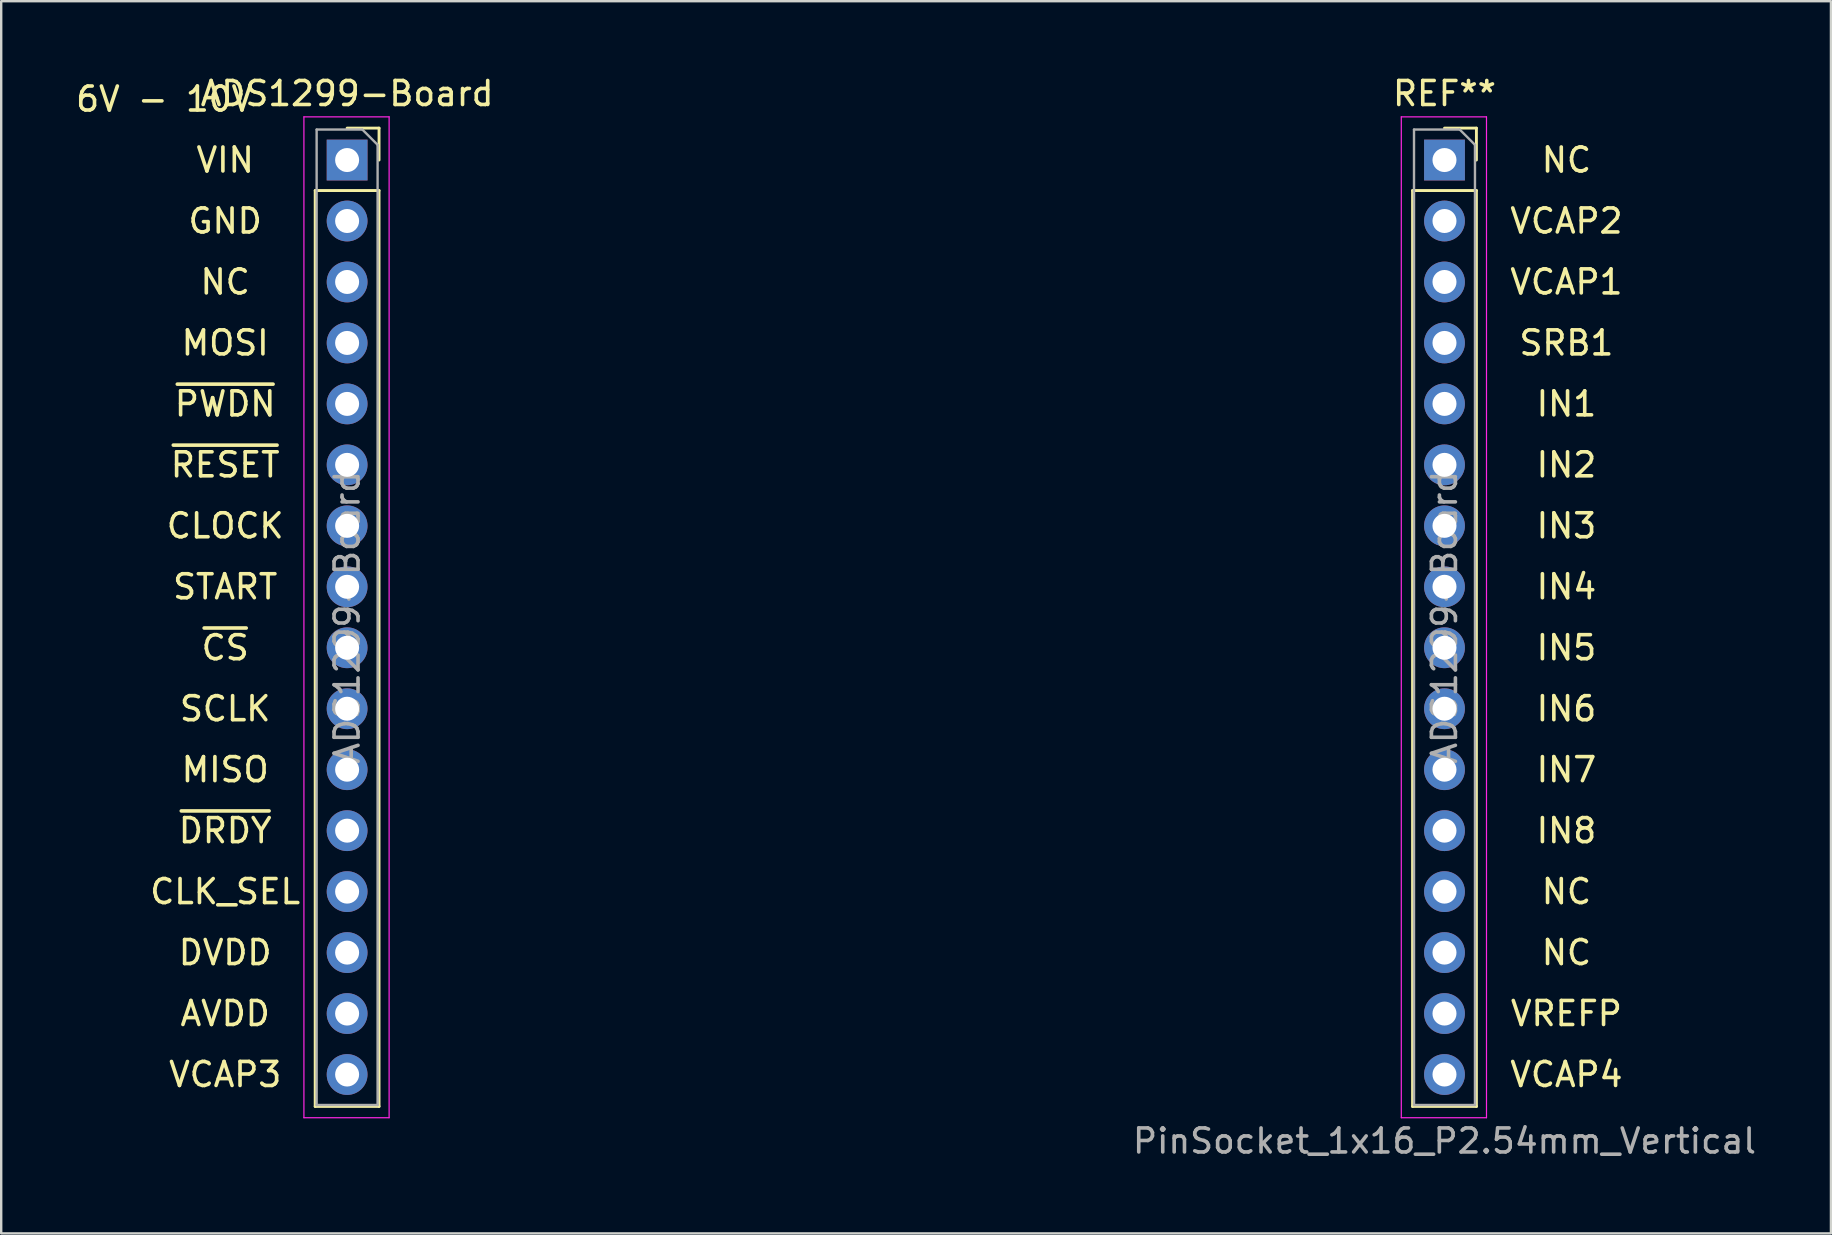
<source format=kicad_pcb>
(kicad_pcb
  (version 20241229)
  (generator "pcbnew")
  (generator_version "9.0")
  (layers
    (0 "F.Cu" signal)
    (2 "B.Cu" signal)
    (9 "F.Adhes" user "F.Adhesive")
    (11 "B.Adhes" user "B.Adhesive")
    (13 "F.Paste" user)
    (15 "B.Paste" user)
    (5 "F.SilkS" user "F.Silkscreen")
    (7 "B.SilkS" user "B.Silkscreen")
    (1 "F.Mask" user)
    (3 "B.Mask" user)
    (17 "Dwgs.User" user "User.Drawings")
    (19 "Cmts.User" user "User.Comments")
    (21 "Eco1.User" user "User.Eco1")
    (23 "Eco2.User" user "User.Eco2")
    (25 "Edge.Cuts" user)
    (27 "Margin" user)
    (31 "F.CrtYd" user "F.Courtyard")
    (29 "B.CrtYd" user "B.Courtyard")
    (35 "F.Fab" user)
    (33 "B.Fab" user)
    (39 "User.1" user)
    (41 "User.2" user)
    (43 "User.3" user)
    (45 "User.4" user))
  (footprint "ADS1299-Board"
    (layer "F.Cu")
    (at 11.412 3.618)
    (property "Reference" "ADS1299-Board" (at 0 -2.77 0) (layer "F.SilkS") (effects (font (size 1 1) (thickness 0.15))))
    (attr through_hole)
    (fp_line (start -1.33 1.27) (end -1.33 39.43) (stroke (width 0.12) (type solid)) (layer "F.SilkS"))
    (fp_line (start -1.33 1.27) (end 1.33 1.27) (stroke (width 0.12) (type solid)) (layer "F.SilkS"))
    (fp_line (start -1.33 39.43) (end 1.33 39.43) (stroke (width 0.12) (type solid)) (layer "F.SilkS"))
    (fp_line (start 0 -1.33) (end 1.33 -1.33) (stroke (width 0.12) (type solid)) (layer "F.SilkS"))
    (fp_line (start 1.33 -1.33) (end 1.33 0) (stroke (width 0.12) (type solid)) (layer "F.SilkS"))
    (fp_line (start 1.33 1.27) (end 1.33 39.43) (stroke (width 0.12) (type solid)) (layer "F.SilkS"))
    (fp_line (start 44.39 1.27) (end 44.39 39.43) (stroke (width 0.12) (type solid)) (layer "F.SilkS"))
    (fp_line (start 44.39 1.27) (end 47.05 1.27) (stroke (width 0.12) (type solid)) (layer "F.SilkS"))
    (fp_line (start 44.39 39.43) (end 47.05 39.43) (stroke (width 0.12) (type solid)) (layer "F.SilkS"))
    (fp_line (start 45.72 -1.33) (end 47.05 -1.33) (stroke (width 0.12) (type solid)) (layer "F.SilkS"))
    (fp_line (start 47.05 -1.33) (end 47.05 0) (stroke (width 0.12) (type solid)) (layer "F.SilkS"))
    (fp_line (start 47.05 1.27) (end 47.05 39.43) (stroke (width 0.12) (type solid)) (layer "F.SilkS"))
    (fp_line (start -1.8 -1.8) (end 1.75 -1.8) (stroke (width 0.05) (type solid)) (layer "F.CrtYd"))
    (fp_line (start -1.8 39.9) (end -1.8 -1.8) (stroke (width 0.05) (type solid)) (layer "F.CrtYd"))
    (fp_line (start 1.75 -1.8) (end 1.75 39.9) (stroke (width 0.05) (type solid)) (layer "F.CrtYd"))
    (fp_line (start 1.75 39.9) (end -1.8 39.9) (stroke (width 0.05) (type solid)) (layer "F.CrtYd"))
    (fp_line (start 43.92 -1.8) (end 47.47 -1.8) (stroke (width 0.05) (type solid)) (layer "F.CrtYd"))
    (fp_line (start 43.92 39.9) (end 43.92 -1.8) (stroke (width 0.05) (type solid)) (layer "F.CrtYd"))
    (fp_line (start 47.47 -1.8) (end 47.47 39.9) (stroke (width 0.05) (type solid)) (layer "F.CrtYd"))
    (fp_line (start 47.47 39.9) (end 43.92 39.9) (stroke (width 0.05) (type solid)) (layer "F.CrtYd"))
    (fp_line (start -1.27 -1.27) (end 0.635 -1.27) (stroke (width 0.1) (type solid)) (layer "F.Fab"))
    (fp_line (start -1.27 39.37) (end -1.27 -1.27) (stroke (width 0.1) (type solid)) (layer "F.Fab"))
    (fp_line (start 0.635 -1.27) (end 1.27 -0.635) (stroke (width 0.1) (type solid)) (layer "F.Fab"))
    (fp_line (start 1.27 -0.635) (end 1.27 39.37) (stroke (width 0.1) (type solid)) (layer "F.Fab"))
    (fp_line (start 1.27 39.37) (end -1.27 39.37) (stroke (width 0.1) (type solid)) (layer "F.Fab"))
    (fp_line (start 44.45 -1.27) (end 46.355 -1.27) (stroke (width 0.1) (type solid)) (layer "F.Fab"))
    (fp_line (start 44.45 39.37) (end 44.45 -1.27) (stroke (width 0.1) (type solid)) (layer "F.Fab"))
    (fp_line (start 46.355 -1.27) (end 46.99 -0.635) (stroke (width 0.1) (type solid)) (layer "F.Fab"))
    (fp_line (start 46.99 -0.635) (end 46.99 39.37) (stroke (width 0.1) (type solid)) (layer "F.Fab"))
    (fp_line (start 46.99 39.37) (end 44.45 39.37) (stroke (width 0.1) (type solid)) (layer "F.Fab"))
    (fp_text user "SCLK" (at -5.08 22.86 0) (layer "F.SilkS") (effects (font (size 1 1) (thickness 0.15))))
    (fp_text user "IN6" (at 50.8 22.86 0) (layer "F.SilkS") (effects (font (size 1 1) (thickness 0.15))))
    (fp_text user "IN8" (at 50.8 27.94 0) (layer "F.SilkS") (effects (font (size 1 1) (thickness 0.15))))
    (fp_text user "IN3" (at 50.8 15.24 0) (layer "F.SilkS") (effects (font (size 1 1) (thickness 0.15))))
    (fp_text user "IN7" (at 50.8 25.4 0) (layer "F.SilkS") (effects (font (size 1 1) (thickness 0.15))))
    (fp_text user "CLOCK" (at -5.08 15.24 0) (layer "F.SilkS") (effects (font (size 1 1) (thickness 0.15))))
    (fp_text user "IN5" (at 50.8 20.32 0) (layer "F.SilkS") (effects (font (size 1 1) (thickness 0.15))))
    (fp_text user "START" (at -5.08 17.78 0) (layer "F.SilkS") (effects (font (size 1 1) (thickness 0.15))))
    (fp_text user "NC" (at -5.08 5.08 0) (layer "F.SilkS") (effects (font (size 1 1) (thickness 0.15))))
    (fp_text user "SRB1" (at 50.8 7.62 0) (layer "F.SilkS") (effects (font (size 1 1) (thickness 0.15))))
    (fp_text user "REF**" (at 45.72 -2.77 0) (layer "F.SilkS") (effects (font (size 1 1) (thickness 0.15))))
    (fp_text user "NC" (at 50.8 33.02 0) (layer "F.SilkS") (effects (font (size 1 1) (thickness 0.15))))
    (fp_text user "~{PWDN}" (at -5.08 10.16 0) (layer "F.SilkS") (effects (font (size 1 1) (thickness 0.15))))
    (fp_text user "IN4" (at 50.8 17.78 0) (layer "F.SilkS") (effects (font (size 1 1) (thickness 0.15))))
    (fp_text user "AVDD" (at -5.08 35.56 0) (layer "F.SilkS") (effects (font (size 1 1) (thickness 0.15))))
    (fp_text user "VCAP4" (at 50.8 38.1 0) (layer "F.SilkS") (effects (font (size 1 1) (thickness 0.15))))
    (fp_text user "GND" (at -5.08 2.54 0) (layer "F.SilkS") (effects (font (size 1 1) (thickness 0.15))))
    (fp_text user "VIN" (at -5.08 0 0) (layer "F.SilkS") (effects (font (size 1 1) (thickness 0.15))))
    (fp_text user "DVDD" (at -5.08 33.02 0) (layer "F.SilkS") (effects (font (size 1 1) (thickness 0.15))))
    (fp_text user "VREFP" (at 50.8 35.56 0) (layer "F.SilkS") (effects (font (size 1 1) (thickness 0.15))))
    (fp_text user "NC" (at 50.8 0 0) (layer "F.SilkS") (effects (font (size 1 1) (thickness 0.15))))
    (fp_text user "~{CS}" (at -5.08 20.32 0) (layer "F.SilkS") (effects (font (size 1 1) (thickness 0.15))))
    (fp_text user "6V - 10V" (at -7.62 -2.54 0) (layer "F.SilkS") (effects (font (size 1 1) (thickness 0.15))))
    (fp_text user "VCAP1" (at 50.8 5.08 0) (layer "F.SilkS") (effects (font (size 1 1) (thickness 0.15))))
    (fp_text user "~{DRDY}" (at -5.08 27.94 0) (layer "F.SilkS") (effects (font (size 1 1) (thickness 0.15))))
    (fp_text user "MOSI" (at -5.08 7.62 0) (layer "F.SilkS") (effects (font (size 1 1) (thickness 0.15))))
    (fp_text user "VCAP2" (at 50.8 2.54 0) (layer "F.SilkS") (effects (font (size 1 1) (thickness 0.15))))
    (fp_text user "~{RESET}" (at -5.08 12.7 0) (layer "F.SilkS") (effects (font (size 1 1) (thickness 0.15))))
    (fp_text user "MISO" (at -5.08 25.4 0) (layer "F.SilkS") (effects (font (size 1 1) (thickness 0.15))))
    (fp_text user "VCAP3" (at -5.08 38.1 0) (layer "F.SilkS") (effects (font (size 1 1) (thickness 0.15))))
    (fp_text user "CLK_SEL" (at -5.08 30.48 0) (layer "F.SilkS") (effects (font (size 1 1) (thickness 0.15))))
    (fp_text user "NC" (at 50.8 30.48 0) (layer "F.SilkS") (effects (font (size 1 1) (thickness 0.15))))
    (fp_text user "IN2" (at 50.8 12.7 0) (layer "F.SilkS") (effects (font (size 1 1) (thickness 0.15))))
    (fp_text user "IN1" (at 50.8 10.16 0) (layer "F.SilkS") (effects (font (size 1 1) (thickness 0.15))))
    (fp_text user "${REFERENCE}" (at 0 19.05 90) (layer "F.Fab") (effects (font (size 1 1) (thickness 0.15))))
    (fp_text user "${REFERENCE}" (at 45.72 19.05 90) (layer "F.Fab") (effects (font (size 1 1) (thickness 0.15))))
    (fp_text user "PinSocket_1x16_P2.54mm_Vertical" (at 45.72 40.87 0) (layer "F.Fab") (effects (font (size 1 1) (thickness 0.15))))
    (pad "1" thru_hole rect (at 0 0) (size 1.7 1.7) (drill 1) (layers "*.Cu" "*.Mask"))
    (pad "2" thru_hole oval (at 0 2.54) (size 1.7 1.7) (drill 1) (layers "*.Cu" "*.Mask"))
    (pad "3" thru_hole oval (at 0 5.08) (size 1.7 1.7) (drill 1) (layers "*.Cu" "*.Mask"))
    (pad "4" thru_hole oval (at 0 7.62) (size 1.7 1.7) (drill 1) (layers "*.Cu" "*.Mask"))
    (pad "5" thru_hole oval (at 0 10.16) (size 1.7 1.7) (drill 1) (layers "*.Cu" "*.Mask"))
    (pad "6" thru_hole oval (at 0 12.7) (size 1.7 1.7) (drill 1) (layers "*.Cu" "*.Mask"))
    (pad "7" thru_hole oval (at 0 15.24) (size 1.7 1.7) (drill 1) (layers "*.Cu" "*.Mask"))
    (pad "8" thru_hole oval (at 0 17.78) (size 1.7 1.7) (drill 1) (layers "*.Cu" "*.Mask"))
    (pad "9" thru_hole oval (at 0 20.32) (size 1.7 1.7) (drill 1) (layers "*.Cu" "*.Mask"))
    (pad "10" thru_hole oval (at 0 22.86) (size 1.7 1.7) (drill 1) (layers "*.Cu" "*.Mask"))
    (pad "11" thru_hole oval (at 0 25.4) (size 1.7 1.7) (drill 1) (layers "*.Cu" "*.Mask"))
    (pad "12" thru_hole oval (at 0 27.94) (size 1.7 1.7) (drill 1) (layers "*.Cu" "*.Mask"))
    (pad "13" thru_hole oval (at 0 30.48) (size 1.7 1.7) (drill 1) (layers "*.Cu" "*.Mask"))
    (pad "14" thru_hole oval (at 0 33.02) (size 1.7 1.7) (drill 1) (layers "*.Cu" "*.Mask"))
    (pad "15" thru_hole oval (at 0 35.56) (size 1.7 1.7) (drill 1) (layers "*.Cu" "*.Mask"))
    (pad "16" thru_hole oval (at 0 38.1) (size 1.7 1.7) (drill 1) (layers "*.Cu" "*.Mask"))
    (pad "17" thru_hole oval (at 45.72 38.1) (size 1.7 1.7) (drill 1) (layers "*.Cu" "*.Mask"))
    (pad "18" thru_hole oval (at 45.72 35.56) (size 1.7 1.7) (drill 1) (layers "*.Cu" "*.Mask"))
    (pad "19" thru_hole oval (at 45.72 33.02) (size 1.7 1.7) (drill 1) (layers "*.Cu" "*.Mask"))
    (pad "20" thru_hole oval (at 45.72 30.48) (size 1.7 1.7) (drill 1) (layers "*.Cu" "*.Mask"))
    (pad "21" thru_hole oval (at 45.72 27.94) (size 1.7 1.7) (drill 1) (layers "*.Cu" "*.Mask"))
    (pad "22" thru_hole oval (at 45.72 25.4) (size 1.7 1.7) (drill 1) (layers "*.Cu" "*.Mask"))
    (pad "23" thru_hole oval (at 45.72 22.86) (size 1.7 1.7) (drill 1) (layers "*.Cu" "*.Mask"))
    (pad "24" thru_hole oval (at 45.72 20.32) (size 1.7 1.7) (drill 1) (layers "*.Cu" "*.Mask"))
    (pad "25" thru_hole oval (at 45.72 17.78) (size 1.7 1.7) (drill 1) (layers "*.Cu" "*.Mask"))
    (pad "26" thru_hole oval (at 45.72 15.24) (size 1.7 1.7) (drill 1) (layers "*.Cu" "*.Mask"))
    (pad "27" thru_hole oval (at 45.72 12.7) (size 1.7 1.7) (drill 1) (layers "*.Cu" "*.Mask"))
    (pad "28" thru_hole oval (at 45.72 10.16) (size 1.7 1.7) (drill 1) (layers "*.Cu" "*.Mask"))
    (pad "29" thru_hole oval (at 45.72 7.62) (size 1.7 1.7) (drill 1) (layers "*.Cu" "*.Mask"))
    (pad "30" thru_hole oval (at 45.72 5.08) (size 1.7 1.7) (drill 1) (layers "*.Cu" "*.Mask"))
    (pad "31" thru_hole oval (at 45.72 2.54) (size 1.7 1.7) (drill 1) (layers "*.Cu" "*.Mask"))
    (pad "32" thru_hole rect (at 45.72 0) (size 1.7 1.7) (drill 1) (layers "*.Cu" "*.Mask")))
  (gr_rect
    (start -3 -3)
    (end 73.233 48.337)
    (stroke (width 0.1) (type default))
    (fill no)
    (layer "Edge.Cuts")))
</source>
